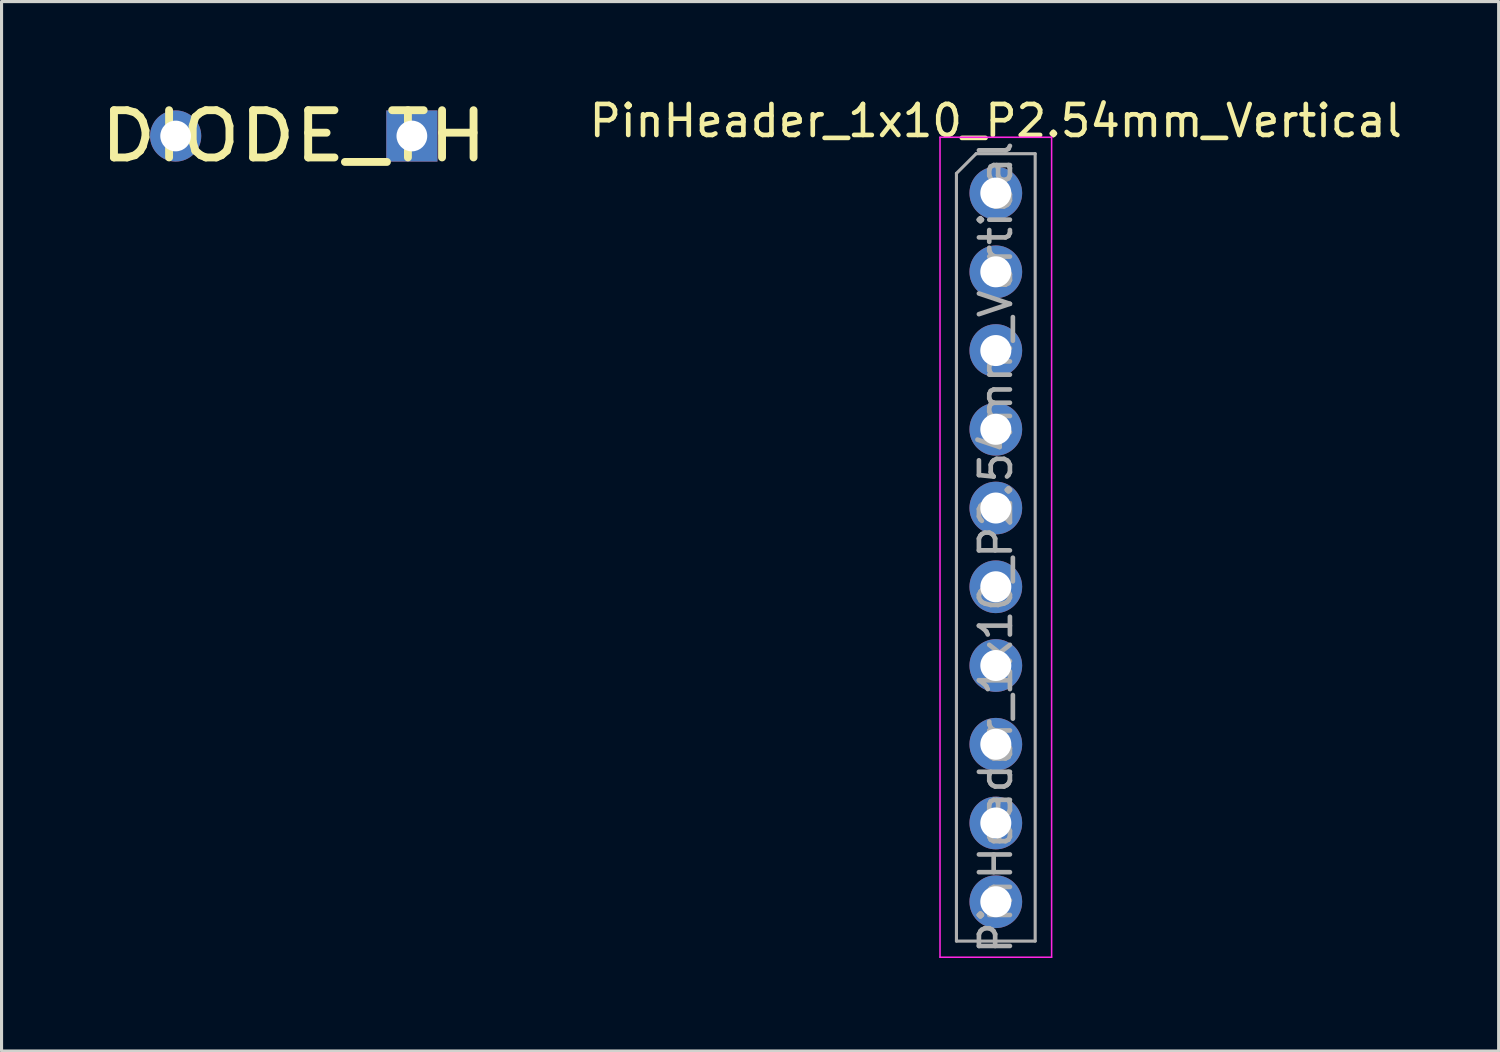
<source format=kicad_pcb>
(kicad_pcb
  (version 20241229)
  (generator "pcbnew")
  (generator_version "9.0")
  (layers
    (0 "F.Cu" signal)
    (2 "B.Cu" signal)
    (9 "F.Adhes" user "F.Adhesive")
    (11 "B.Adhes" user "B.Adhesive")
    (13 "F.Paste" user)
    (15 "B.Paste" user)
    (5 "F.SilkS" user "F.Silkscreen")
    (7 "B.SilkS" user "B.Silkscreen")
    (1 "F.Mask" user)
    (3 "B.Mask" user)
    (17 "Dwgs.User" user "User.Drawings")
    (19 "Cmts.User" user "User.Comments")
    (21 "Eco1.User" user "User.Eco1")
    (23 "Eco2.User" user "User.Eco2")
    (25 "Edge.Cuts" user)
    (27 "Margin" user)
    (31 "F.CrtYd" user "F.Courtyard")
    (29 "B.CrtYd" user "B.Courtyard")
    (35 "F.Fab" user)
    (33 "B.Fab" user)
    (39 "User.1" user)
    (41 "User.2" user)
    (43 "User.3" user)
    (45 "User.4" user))
  (footprint "PinHeader_1x10_P2.54mm_Vertical"
    (layer "F.Cu")
    (at 29.073 3.178)
    (property "Reference" "PinHeader_1x10_P2.54mm_Vertical" (at 0 -2.33 0) (layer "F.SilkS") (effects (font (size 1 1) (thickness 0.15))))
    (attr through_hole)
    (fp_line (start -1.8 -1.8) (end -1.8 24.65) (stroke (width 0.05) (type solid)) (layer "F.CrtYd"))
    (fp_line (start -1.8 24.65) (end 1.8 24.65) (stroke (width 0.05) (type solid)) (layer "F.CrtYd"))
    (fp_line (start 1.8 -1.8) (end -1.8 -1.8) (stroke (width 0.05) (type solid)) (layer "F.CrtYd"))
    (fp_line (start 1.8 24.65) (end 1.8 -1.8) (stroke (width 0.05) (type solid)) (layer "F.CrtYd"))
    (fp_line (start -1.27 -0.635) (end -0.635 -1.27) (stroke (width 0.1) (type solid)) (layer "F.Fab"))
    (fp_line (start -1.27 24.13) (end -1.27 -0.635) (stroke (width 0.1) (type solid)) (layer "F.Fab"))
    (fp_line (start -0.635 -1.27) (end 1.27 -1.27) (stroke (width 0.1) (type solid)) (layer "F.Fab"))
    (fp_line (start 1.27 -1.27) (end 1.27 24.13) (stroke (width 0.1) (type solid)) (layer "F.Fab"))
    (fp_line (start 1.27 24.13) (end -1.27 24.13) (stroke (width 0.1) (type solid)) (layer "F.Fab"))
    (fp_text user "${REFERENCE}" (at 0 11.43 90) (layer "F.Fab") (effects (font (size 1 1) (thickness 0.15))))
    (pad "1" thru_hole circle (at 0 0) (size 1.7 1.7) (drill 1) (layers "*.Cu" "*.Mask"))
    (pad "2" thru_hole oval (at 0 2.54) (size 1.7 1.7) (drill 1) (layers "*.Cu" "*.Mask"))
    (pad "3" thru_hole oval (at 0 5.08) (size 1.7 1.7) (drill 1) (layers "*.Cu" "*.Mask"))
    (pad "4" thru_hole oval (at 0 7.62) (size 1.7 1.7) (drill 1) (layers "*.Cu" "*.Mask"))
    (pad "5" thru_hole oval (at 0 10.16) (size 1.7 1.7) (drill 1) (layers "*.Cu" "*.Mask"))
    (pad "6" thru_hole oval (at 0 12.7) (size 1.7 1.7) (drill 1) (layers "*.Cu" "*.Mask"))
    (pad "7" thru_hole oval (at 0 15.24) (size 1.7 1.7) (drill 1) (layers "*.Cu" "*.Mask"))
    (pad "8" thru_hole oval (at 0 17.78) (size 1.7 1.7) (drill 1) (layers "*.Cu" "*.Mask"))
    (pad "9" thru_hole oval (at 0 20.32) (size 1.7 1.7) (drill 1) (layers "*.Cu" "*.Mask"))
    (pad "10" thru_hole oval (at 0 22.86) (size 1.7 1.7) (drill 1) (layers "*.Cu" "*.Mask")))
  (footprint "DIODE_TH"
    (layer "F.Cu")
    (at 6.426 1.337)
    (property "Reference" "DIODE_TH" (at 0 0 0) (layer "F.SilkS") (effects (font (size 1.524 1.778) (thickness 0.254))))
    (attr through_hole)
    (pad "1" thru_hole circle (at -3.81 0) (size 1.651 1.651) (drill 0.991) (layers "*.Cu" "*.Mask"))
    (pad "2" thru_hole rect (at 3.81 0) (size 1.651 1.651) (drill 0.991) (layers "*.Cu" "*.Mask")))
  (gr_rect
    (start -3 -3)
    (end 45.293 30.853)
    (stroke (width 0.1) (type default))
    (fill no)
    (layer "Edge.Cuts")))
</source>
